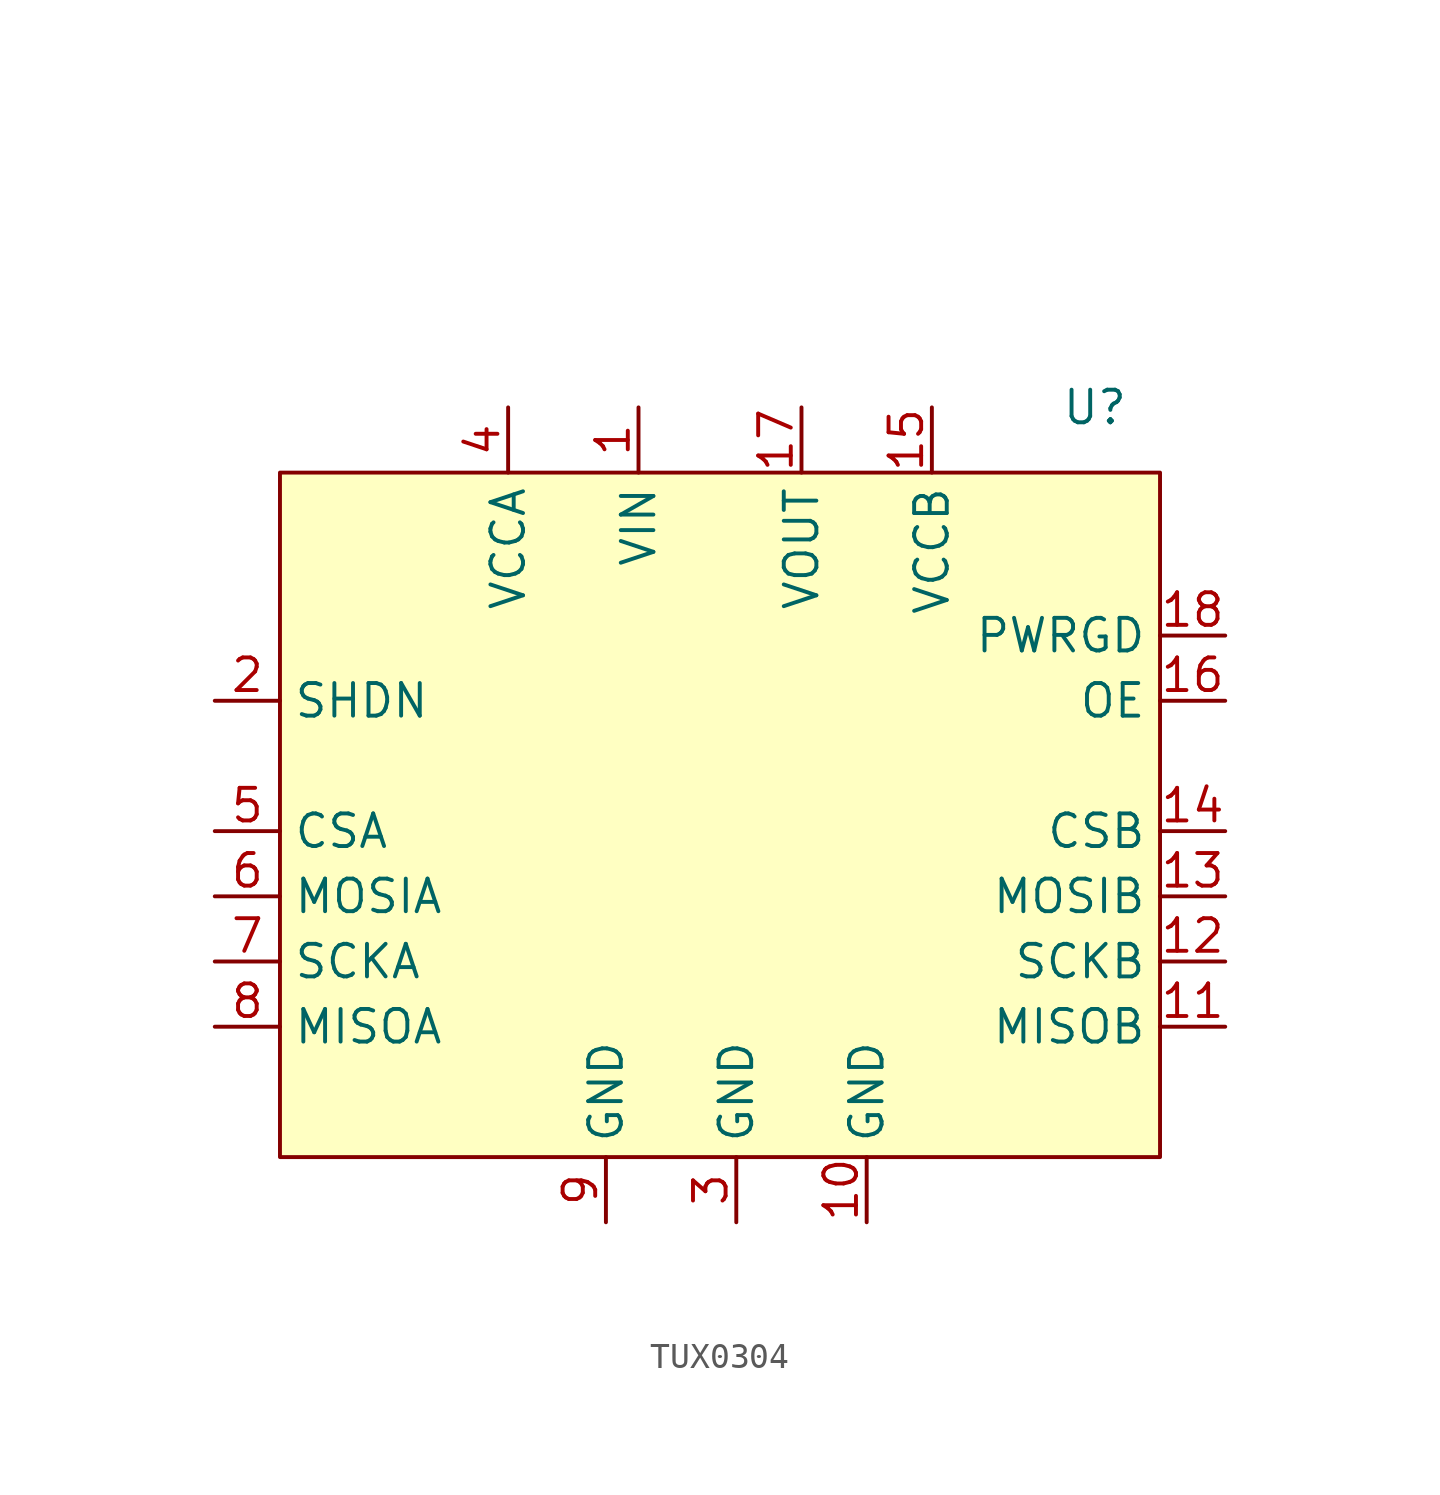
<source format=kicad_sym>
(kicad_symbol_lib
  (version 20220914)
  (generator kicad_symbol_editor)
  (symbol "TUX0304"
    (property "Reference" "U"
      (at 31.75 2.54 0)
      (effects (font (size 1.27 1.27))))
    (property "Value" ""
      (at 6.35 10.16 0)
      (effects (font (size 1.27 1.27))))
    (symbol "TUX0304_1_1"
      (rectangle (start 0 0) (end 34.29 -26.67) (stroke (width 0) (type default)) (fill (type background)))
      (pin power_in line (at 13.97 2.54 270) (length 2.54) (name "VIN" (effects (font (size 1.27 1.27)))) (number "1" (effects (font (size 1.27 1.27)))))
      (pin power_in line (at 22.86 -29.21 90) (length 2.54) (name "GND" (effects (font (size 1.27 1.27)))) (number "10" (effects (font (size 1.27 1.27)))))
      (pin input line (at 36.83 -21.59 180) (length 2.54) (name "MISOB" (effects (font (size 1.27 1.27)))) (number "11" (effects (font (size 1.27 1.27)))))
      (pin output line (at 36.83 -19.05 180) (length 2.54) (name "SCKB" (effects (font (size 1.27 1.27)))) (number "12" (effects (font (size 1.27 1.27)))))
      (pin output line (at 36.83 -16.51 180) (length 2.54) (name "MOSIB" (effects (font (size 1.27 1.27)))) (number "13" (effects (font (size 1.27 1.27)))))
      (pin output line (at 36.83 -13.97 180) (length 2.54) (name "CSB" (effects (font (size 1.27 1.27)))) (number "14" (effects (font (size 1.27 1.27)))))
      (pin power_in line (at 25.4 2.54 270) (length 2.54) (name "VCCB" (effects (font (size 1.27 1.27)))) (number "15" (effects (font (size 1.27 1.27)))))
      (pin input line (at 36.83 -8.89 180) (length 2.54) (name "OE" (effects (font (size 1.27 1.27)))) (number "16" (effects (font (size 1.27 1.27)))))
      (pin power_out line (at 20.32 2.54 270) (length 2.54) (name "VOUT" (effects (font (size 1.27 1.27)))) (number "17" (effects (font (size 1.27 1.27)))))
      (pin output line (at 36.83 -6.35 180) (length 2.54) (name "PWRGD" (effects (font (size 1.27 1.27)))) (number "18" (effects (font (size 1.27 1.27)))))
      (pin input line (at -2.54 -8.89 0) (length 2.54) (name "SHDN" (effects (font (size 1.27 1.27)))) (number "2" (effects (font (size 1.27 1.27)))))
      (pin power_in line (at 17.78 -29.21 90) (length 2.54) (name "GND" (effects (font (size 1.27 1.27)))) (number "3" (effects (font (size 1.27 1.27)))))
      (pin power_in line (at 8.89 2.54 270) (length 2.54) (name "VCCA" (effects (font (size 1.27 1.27)))) (number "4" (effects (font (size 1.27 1.27)))))
      (pin input line (at -2.54 -13.97 0) (length 2.54) (name "CSA" (effects (font (size 1.27 1.27)))) (number "5" (effects (font (size 1.27 1.27)))))
      (pin input line (at -2.54 -16.51 0) (length 2.54) (name "MOSIA" (effects (font (size 1.27 1.27)))) (number "6" (effects (font (size 1.27 1.27)))))
      (pin input line (at -2.54 -19.05 0) (length 2.54) (name "SCKA" (effects (font (size 1.27 1.27)))) (number "7" (effects (font (size 1.27 1.27)))))
      (pin output line (at -2.54 -21.59 0) (length 2.54) (name "MISOA" (effects (font (size 1.27 1.27)))) (number "8" (effects (font (size 1.27 1.27)))))
      (pin power_in line (at 12.7 -29.21 90) (length 2.54) (name "GND" (effects (font (size 1.27 1.27)))) (number "9" (effects (font (size 1.27 1.27))))))))
</source>
